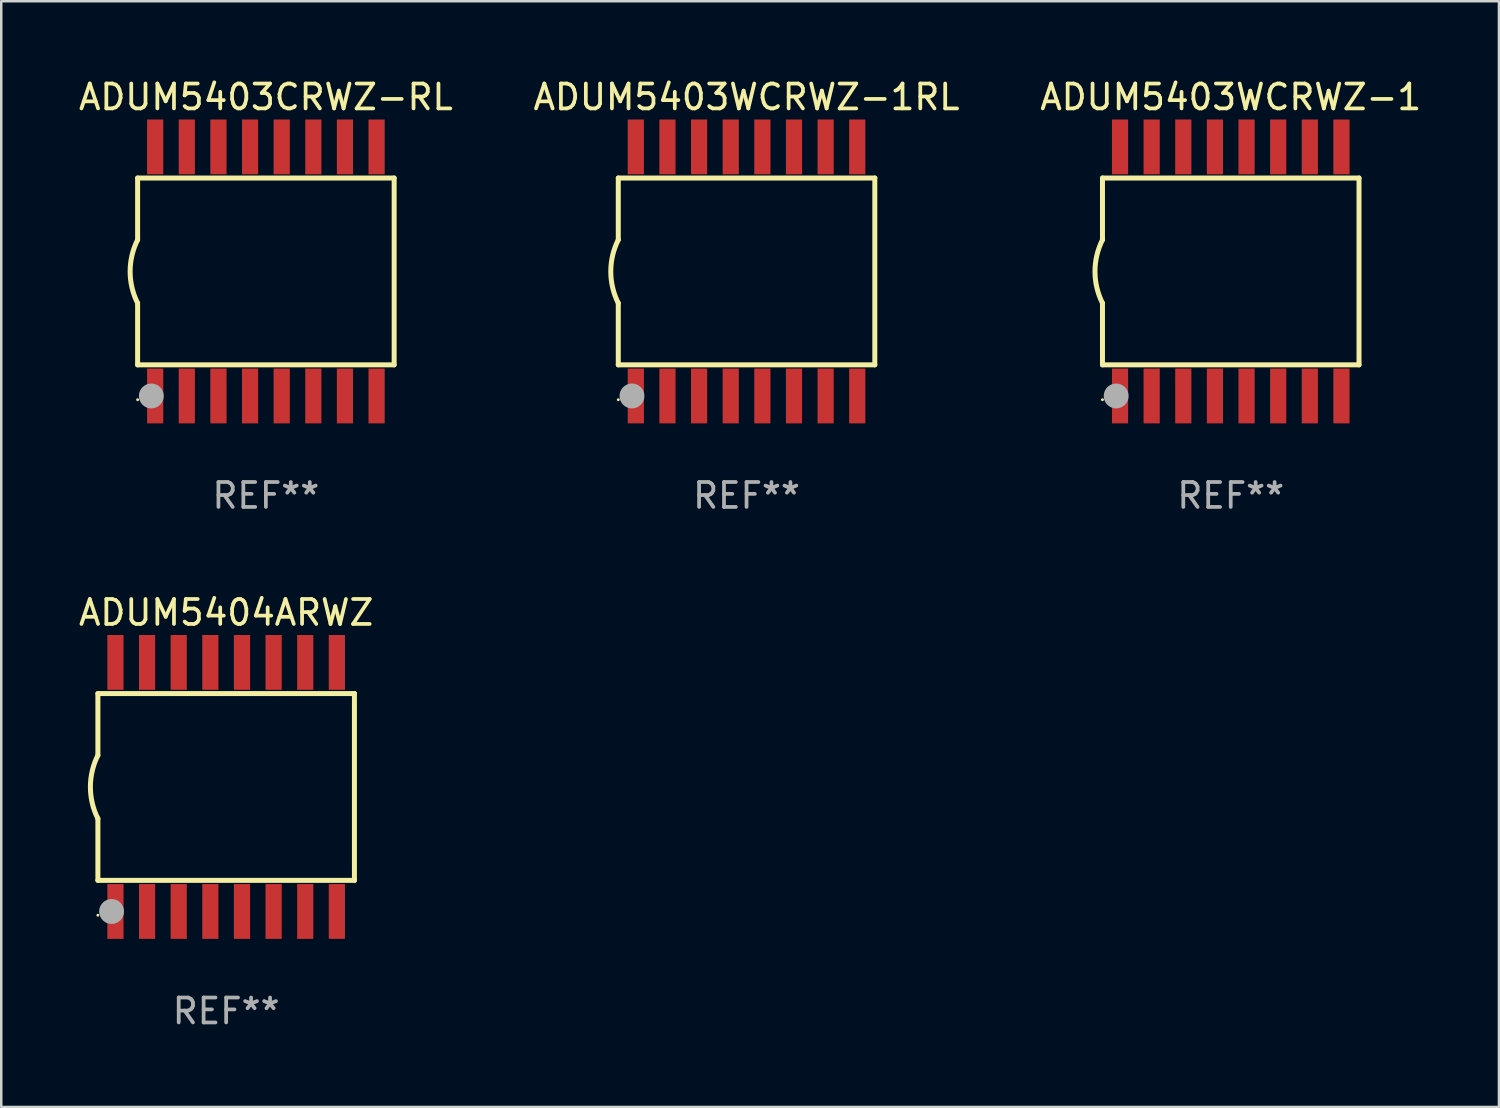
<source format=kicad_pcb>
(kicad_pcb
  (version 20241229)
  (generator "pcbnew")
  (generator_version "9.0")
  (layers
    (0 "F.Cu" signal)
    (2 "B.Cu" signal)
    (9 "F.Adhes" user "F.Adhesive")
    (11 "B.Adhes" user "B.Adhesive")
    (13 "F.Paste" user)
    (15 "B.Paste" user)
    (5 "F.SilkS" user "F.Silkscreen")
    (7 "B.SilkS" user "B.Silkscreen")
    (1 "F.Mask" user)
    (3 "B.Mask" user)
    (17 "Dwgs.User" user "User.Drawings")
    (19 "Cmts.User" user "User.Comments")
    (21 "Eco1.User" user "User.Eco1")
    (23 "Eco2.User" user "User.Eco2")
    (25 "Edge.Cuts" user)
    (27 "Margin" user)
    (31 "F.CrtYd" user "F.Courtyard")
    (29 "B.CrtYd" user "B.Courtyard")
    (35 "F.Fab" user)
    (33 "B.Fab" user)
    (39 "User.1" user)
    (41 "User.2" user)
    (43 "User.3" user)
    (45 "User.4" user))
  (footprint "ADUM5403WCRWZ-1"
    (layer "F.Cu")
    (at 46.363 7.848)
    (property "Reference" "ADUM5403WCRWZ-1" (at 0 -7 0) (layer "F.SilkS") (effects (font (size 1 1) (thickness 0.15))))
    (attr through_hole)
    (fp_line (start -5.15 -3.75) (end -5.15 -1.27) (stroke (width 0.2) (type solid)) (layer "F.SilkS"))
    (fp_line (start -5.15 -3.75) (end 5.15 -3.75) (stroke (width 0.2) (type solid)) (layer "F.SilkS"))
    (fp_line (start -5.15 3.75) (end -5.15 1.27) (stroke (width 0.2) (type solid)) (layer "F.SilkS"))
    (fp_line (start 5.15 -3.75) (end 5.15 3.75) (stroke (width 0.2) (type solid)) (layer "F.SilkS"))
    (fp_line (start 5.15 3.75) (end -5.15 3.75) (stroke (width 0.2) (type solid)) (layer "F.SilkS"))
    (fp_arc (start -5.151131 1.270003) (mid -5.450556 -0.000132) (end -5.150013 -1.270003) (stroke (width 0.2) (type solid)) (layer "F.SilkS"))
    (fp_circle (center -5.15 5.15) (end -5.12 5.15) (stroke (width 0.06) (type solid)) (fill no) (layer "F.SilkS"))
    (fp_circle (center -4.6 5) (end -4.35 5) (stroke (width 0.5) (type solid)) (fill no) (layer "F.Fab"))
    (fp_text user "REF**" (at 0 9 0) (layer "F.Fab") (effects (font (size 1 1) (thickness 0.15))))
    (pad "1" smd rect (at -4.445 5) (size 0.65 2.2) (layers "F.Cu" "F.Mask" "F.Paste"))
    (pad "2" smd rect (at -3.175 5) (size 0.65 2.2) (layers "F.Cu" "F.Mask" "F.Paste"))
    (pad "3" smd rect (at -1.905 5) (size 0.65 2.2) (layers "F.Cu" "F.Mask" "F.Paste"))
    (pad "4" smd rect (at -0.635 5) (size 0.65 2.2) (layers "F.Cu" "F.Mask" "F.Paste"))
    (pad "5" smd rect (at 0.635 5) (size 0.65 2.2) (layers "F.Cu" "F.Mask" "F.Paste"))
    (pad "6" smd rect (at 1.905 5) (size 0.65 2.2) (layers "F.Cu" "F.Mask" "F.Paste"))
    (pad "7" smd rect (at 3.175 5) (size 0.65 2.2) (layers "F.Cu" "F.Mask" "F.Paste"))
    (pad "8" smd rect (at 4.445 5) (size 0.65 2.2) (layers "F.Cu" "F.Mask" "F.Paste"))
    (pad "9" smd rect (at 4.445 -5) (size 0.65 2.2) (layers "F.Cu" "F.Mask" "F.Paste"))
    (pad "10" smd rect (at 3.175 -5) (size 0.65 2.2) (layers "F.Cu" "F.Mask" "F.Paste"))
    (pad "11" smd rect (at 1.905 -5) (size 0.65 2.2) (layers "F.Cu" "F.Mask" "F.Paste"))
    (pad "12" smd rect (at 0.635 -5) (size 0.65 2.2) (layers "F.Cu" "F.Mask" "F.Paste"))
    (pad "13" smd rect (at -0.635 -5) (size 0.65 2.2) (layers "F.Cu" "F.Mask" "F.Paste"))
    (pad "14" smd rect (at -1.905 -5) (size 0.65 2.2) (layers "F.Cu" "F.Mask" "F.Paste"))
    (pad "15" smd rect (at -3.175 -5) (size 0.65 2.2) (layers "F.Cu" "F.Mask" "F.Paste"))
    (pad "16" smd rect (at -4.445 -5) (size 0.65 2.2) (layers "F.Cu" "F.Mask" "F.Paste")))
  (footprint "ADUM5403CRWZ-RL"
    (layer "F.Cu")
    (at 7.625 7.848)
    (property "Reference" "ADUM5403CRWZ-RL" (at 0 -7 0) (layer "F.SilkS") (effects (font (size 1 1) (thickness 0.15))))
    (attr through_hole)
    (fp_line (start -5.15 -3.75) (end -5.15 -1.27) (stroke (width 0.2) (type solid)) (layer "F.SilkS"))
    (fp_line (start -5.15 -3.75) (end 5.15 -3.75) (stroke (width 0.2) (type solid)) (layer "F.SilkS"))
    (fp_line (start -5.15 3.75) (end -5.15 1.27) (stroke (width 0.2) (type solid)) (layer "F.SilkS"))
    (fp_line (start 5.15 -3.75) (end 5.15 3.75) (stroke (width 0.2) (type solid)) (layer "F.SilkS"))
    (fp_line (start 5.15 3.75) (end -5.15 3.75) (stroke (width 0.2) (type solid)) (layer "F.SilkS"))
    (fp_arc (start -5.151131 1.270003) (mid -5.450556 -0.000132) (end -5.150013 -1.270003) (stroke (width 0.2) (type solid)) (layer "F.SilkS"))
    (fp_circle (center -5.15 5.15) (end -5.12 5.15) (stroke (width 0.06) (type solid)) (fill no) (layer "F.SilkS"))
    (fp_circle (center -4.6 5) (end -4.35 5) (stroke (width 0.5) (type solid)) (fill no) (layer "F.Fab"))
    (fp_text user "REF**" (at 0 9 0) (layer "F.Fab") (effects (font (size 1 1) (thickness 0.15))))
    (pad "1" smd rect (at -4.445 5) (size 0.65 2.2) (layers "F.Cu" "F.Mask" "F.Paste"))
    (pad "2" smd rect (at -3.175 5) (size 0.65 2.2) (layers "F.Cu" "F.Mask" "F.Paste"))
    (pad "3" smd rect (at -1.905 5) (size 0.65 2.2) (layers "F.Cu" "F.Mask" "F.Paste"))
    (pad "4" smd rect (at -0.635 5) (size 0.65 2.2) (layers "F.Cu" "F.Mask" "F.Paste"))
    (pad "5" smd rect (at 0.635 5) (size 0.65 2.2) (layers "F.Cu" "F.Mask" "F.Paste"))
    (pad "6" smd rect (at 1.905 5) (size 0.65 2.2) (layers "F.Cu" "F.Mask" "F.Paste"))
    (pad "7" smd rect (at 3.175 5) (size 0.65 2.2) (layers "F.Cu" "F.Mask" "F.Paste"))
    (pad "8" smd rect (at 4.445 5) (size 0.65 2.2) (layers "F.Cu" "F.Mask" "F.Paste"))
    (pad "9" smd rect (at 4.445 -5) (size 0.65 2.2) (layers "F.Cu" "F.Mask" "F.Paste"))
    (pad "10" smd rect (at 3.175 -5) (size 0.65 2.2) (layers "F.Cu" "F.Mask" "F.Paste"))
    (pad "11" smd rect (at 1.905 -5) (size 0.65 2.2) (layers "F.Cu" "F.Mask" "F.Paste"))
    (pad "12" smd rect (at 0.635 -5) (size 0.65 2.2) (layers "F.Cu" "F.Mask" "F.Paste"))
    (pad "13" smd rect (at -0.635 -5) (size 0.65 2.2) (layers "F.Cu" "F.Mask" "F.Paste"))
    (pad "14" smd rect (at -1.905 -5) (size 0.65 2.2) (layers "F.Cu" "F.Mask" "F.Paste"))
    (pad "15" smd rect (at -3.175 -5) (size 0.65 2.2) (layers "F.Cu" "F.Mask" "F.Paste"))
    (pad "16" smd rect (at -4.445 -5) (size 0.65 2.2) (layers "F.Cu" "F.Mask" "F.Paste")))
  (footprint "ADUM5403WCRWZ-1RL"
    (layer "F.Cu")
    (at 26.923 7.848)
    (property "Reference" "ADUM5403WCRWZ-1RL" (at 0 -7 0) (layer "F.SilkS") (effects (font (size 1 1) (thickness 0.15))))
    (attr through_hole)
    (fp_line (start -5.15 -3.75) (end -5.15 -1.27) (stroke (width 0.2) (type solid)) (layer "F.SilkS"))
    (fp_line (start -5.15 -3.75) (end 5.15 -3.75) (stroke (width 0.2) (type solid)) (layer "F.SilkS"))
    (fp_line (start -5.15 3.75) (end -5.15 1.27) (stroke (width 0.2) (type solid)) (layer "F.SilkS"))
    (fp_line (start 5.15 -3.75) (end 5.15 3.75) (stroke (width 0.2) (type solid)) (layer "F.SilkS"))
    (fp_line (start 5.15 3.75) (end -5.15 3.75) (stroke (width 0.2) (type solid)) (layer "F.SilkS"))
    (fp_arc (start -5.151131 1.270003) (mid -5.450556 -0.000132) (end -5.150013 -1.270003) (stroke (width 0.2) (type solid)) (layer "F.SilkS"))
    (fp_circle (center -5.15 5.15) (end -5.12 5.15) (stroke (width 0.06) (type solid)) (fill no) (layer "F.SilkS"))
    (fp_circle (center -4.6 5) (end -4.35 5) (stroke (width 0.5) (type solid)) (fill no) (layer "F.Fab"))
    (fp_text user "REF**" (at 0 9 0) (layer "F.Fab") (effects (font (size 1 1) (thickness 0.15))))
    (pad "1" smd rect (at -4.445 5) (size 0.65 2.2) (layers "F.Cu" "F.Mask" "F.Paste"))
    (pad "2" smd rect (at -3.175 5) (size 0.65 2.2) (layers "F.Cu" "F.Mask" "F.Paste"))
    (pad "3" smd rect (at -1.905 5) (size 0.65 2.2) (layers "F.Cu" "F.Mask" "F.Paste"))
    (pad "4" smd rect (at -0.635 5) (size 0.65 2.2) (layers "F.Cu" "F.Mask" "F.Paste"))
    (pad "5" smd rect (at 0.635 5) (size 0.65 2.2) (layers "F.Cu" "F.Mask" "F.Paste"))
    (pad "6" smd rect (at 1.905 5) (size 0.65 2.2) (layers "F.Cu" "F.Mask" "F.Paste"))
    (pad "7" smd rect (at 3.175 5) (size 0.65 2.2) (layers "F.Cu" "F.Mask" "F.Paste"))
    (pad "8" smd rect (at 4.445 5) (size 0.65 2.2) (layers "F.Cu" "F.Mask" "F.Paste"))
    (pad "9" smd rect (at 4.445 -5) (size 0.65 2.2) (layers "F.Cu" "F.Mask" "F.Paste"))
    (pad "10" smd rect (at 3.175 -5) (size 0.65 2.2) (layers "F.Cu" "F.Mask" "F.Paste"))
    (pad "11" smd rect (at 1.905 -5) (size 0.65 2.2) (layers "F.Cu" "F.Mask" "F.Paste"))
    (pad "12" smd rect (at 0.635 -5) (size 0.65 2.2) (layers "F.Cu" "F.Mask" "F.Paste"))
    (pad "13" smd rect (at -0.635 -5) (size 0.65 2.2) (layers "F.Cu" "F.Mask" "F.Paste"))
    (pad "14" smd rect (at -1.905 -5) (size 0.65 2.2) (layers "F.Cu" "F.Mask" "F.Paste"))
    (pad "15" smd rect (at -3.175 -5) (size 0.65 2.2) (layers "F.Cu" "F.Mask" "F.Paste"))
    (pad "16" smd rect (at -4.445 -5) (size 0.65 2.2) (layers "F.Cu" "F.Mask" "F.Paste")))
  (footprint "ADUM5404ARWZ"
    (layer "F.Cu")
    (at 6.03 28.545)
    (property "Reference" "ADUM5404ARWZ" (at 0 -7 0) (layer "F.SilkS") (effects (font (size 1 1) (thickness 0.15))))
    (attr through_hole)
    (fp_line (start -5.15 -3.75) (end -5.15 -1.27) (stroke (width 0.2) (type solid)) (layer "F.SilkS"))
    (fp_line (start -5.15 -3.75) (end 5.15 -3.75) (stroke (width 0.2) (type solid)) (layer "F.SilkS"))
    (fp_line (start -5.15 3.75) (end -5.15 1.27) (stroke (width 0.2) (type solid)) (layer "F.SilkS"))
    (fp_line (start 5.15 -3.75) (end 5.15 3.75) (stroke (width 0.2) (type solid)) (layer "F.SilkS"))
    (fp_line (start 5.15 3.75) (end -5.15 3.75) (stroke (width 0.2) (type solid)) (layer "F.SilkS"))
    (fp_arc (start -5.151131 1.270003) (mid -5.450556 -0.000132) (end -5.150013 -1.270003) (stroke (width 0.2) (type solid)) (layer "F.SilkS"))
    (fp_circle (center -5.15 5.15) (end -5.12 5.15) (stroke (width 0.06) (type solid)) (fill no) (layer "F.SilkS"))
    (fp_circle (center -4.6 5) (end -4.35 5) (stroke (width 0.5) (type solid)) (fill no) (layer "F.Fab"))
    (fp_text user "REF**" (at 0 9 0) (layer "F.Fab") (effects (font (size 1 1) (thickness 0.15))))
    (pad "1" smd rect (at -4.445 5) (size 0.65 2.2) (layers "F.Cu" "F.Mask" "F.Paste"))
    (pad "2" smd rect (at -3.175 5) (size 0.65 2.2) (layers "F.Cu" "F.Mask" "F.Paste"))
    (pad "3" smd rect (at -1.905 5) (size 0.65 2.2) (layers "F.Cu" "F.Mask" "F.Paste"))
    (pad "4" smd rect (at -0.635 5) (size 0.65 2.2) (layers "F.Cu" "F.Mask" "F.Paste"))
    (pad "5" smd rect (at 0.635 5) (size 0.65 2.2) (layers "F.Cu" "F.Mask" "F.Paste"))
    (pad "6" smd rect (at 1.905 5) (size 0.65 2.2) (layers "F.Cu" "F.Mask" "F.Paste"))
    (pad "7" smd rect (at 3.175 5) (size 0.65 2.2) (layers "F.Cu" "F.Mask" "F.Paste"))
    (pad "8" smd rect (at 4.445 5) (size 0.65 2.2) (layers "F.Cu" "F.Mask" "F.Paste"))
    (pad "9" smd rect (at 4.445 -5) (size 0.65 2.2) (layers "F.Cu" "F.Mask" "F.Paste"))
    (pad "10" smd rect (at 3.175 -5) (size 0.65 2.2) (layers "F.Cu" "F.Mask" "F.Paste"))
    (pad "11" smd rect (at 1.905 -5) (size 0.65 2.2) (layers "F.Cu" "F.Mask" "F.Paste"))
    (pad "12" smd rect (at 0.635 -5) (size 0.65 2.2) (layers "F.Cu" "F.Mask" "F.Paste"))
    (pad "13" smd rect (at -0.635 -5) (size 0.65 2.2) (layers "F.Cu" "F.Mask" "F.Paste"))
    (pad "14" smd rect (at -1.905 -5) (size 0.65 2.2) (layers "F.Cu" "F.Mask" "F.Paste"))
    (pad "15" smd rect (at -3.175 -5) (size 0.65 2.2) (layers "F.Cu" "F.Mask" "F.Paste"))
    (pad "16" smd rect (at -4.445 -5) (size 0.65 2.2) (layers "F.Cu" "F.Mask" "F.Paste")))
  (gr_rect
    (start -3 -3)
    (end 57.131 41.393)
    (stroke (width 0.1) (type default))
    (fill no)
    (layer "Edge.Cuts")))
</source>
